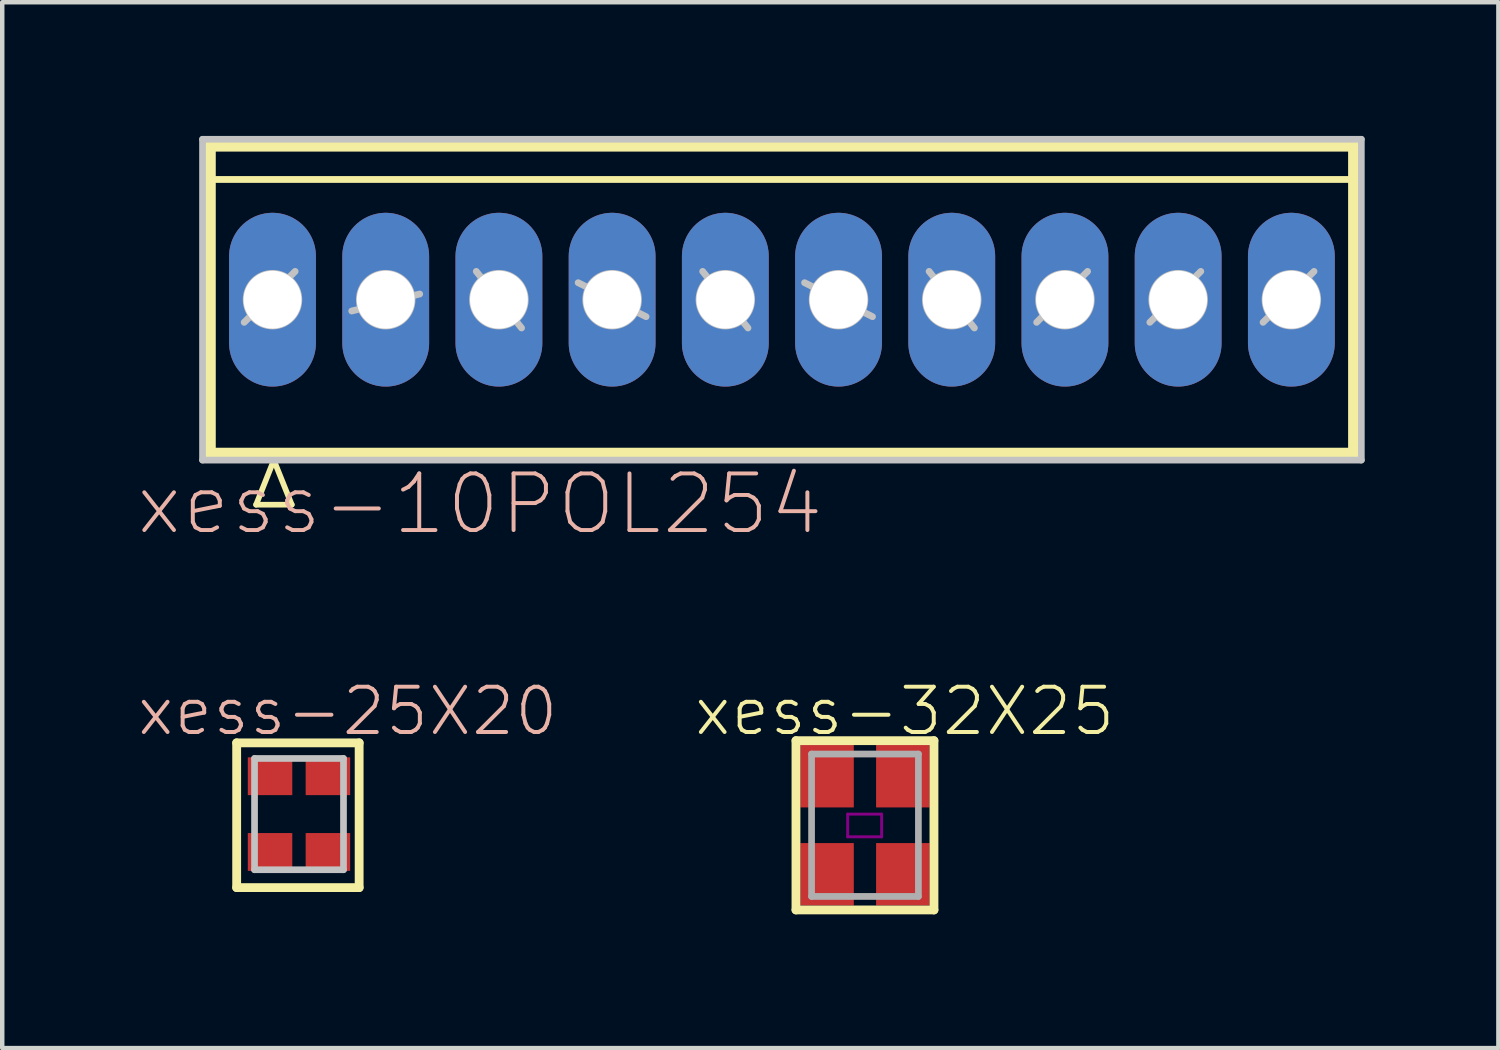
<source format=kicad_pcb>
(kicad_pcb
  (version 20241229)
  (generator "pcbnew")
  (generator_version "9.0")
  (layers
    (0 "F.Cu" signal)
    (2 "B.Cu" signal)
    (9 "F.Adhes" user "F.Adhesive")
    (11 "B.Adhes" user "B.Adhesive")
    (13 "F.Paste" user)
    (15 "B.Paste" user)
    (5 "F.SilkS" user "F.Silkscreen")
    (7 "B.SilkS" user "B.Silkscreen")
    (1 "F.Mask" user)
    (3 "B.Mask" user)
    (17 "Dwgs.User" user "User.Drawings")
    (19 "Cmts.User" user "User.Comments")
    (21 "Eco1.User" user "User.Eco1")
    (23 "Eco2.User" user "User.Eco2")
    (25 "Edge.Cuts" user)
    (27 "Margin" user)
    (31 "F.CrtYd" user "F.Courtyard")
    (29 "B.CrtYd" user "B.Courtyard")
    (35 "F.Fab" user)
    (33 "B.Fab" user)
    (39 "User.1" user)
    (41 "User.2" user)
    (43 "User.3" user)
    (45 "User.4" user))
  (footprint "xess-10POL254"
    (layer "F.Cu")
    (at 14.494 3.674)
    (property "Reference" "xess-10POL254" (at -6.777 4.585 0) (layer "B.SilkS") (effects (font (size 1.27 1.27) (thickness 0.089))))
    (attr exclude_from_pos_files exclude_from_bom)
    (fp_line (start -12.83 -3.449) (end -12.83 3.449) (stroke (width 0.254) (type solid)) (layer "F.SilkS"))
    (fp_line (start -12.83 3.449) (end 12.83 3.449) (stroke (width 0.254) (type solid)) (layer "F.SilkS"))
    (fp_line (start -12.718 -2.697) (end 12.718 -2.697) (stroke (width 0.152) (type solid)) (layer "F.SilkS"))
    (fp_line (start -11.798 4.6) (end -11.4 3.599) (stroke (width 0.127) (type solid)) (layer "F.SilkS"))
    (fp_line (start -11.4 3.599) (end -10.998 4.6) (stroke (width 0.127) (type solid)) (layer "F.SilkS"))
    (fp_line (start -10.998 4.6) (end -11.798 4.6) (stroke (width 0.127) (type solid)) (layer "F.SilkS"))
    (fp_line (start 12.83 -3.449) (end -12.83 -3.449) (stroke (width 0.254) (type solid)) (layer "F.SilkS"))
    (fp_line (start 12.83 3.449) (end 12.83 -3.449) (stroke (width 0.254) (type solid)) (layer "F.SilkS"))
    (fp_line (start -13 -3.599) (end -13 3.599) (stroke (width 0.15) (type solid)) (layer "Dwgs.User"))
    (fp_line (start -13 3.599) (end 13 3.599) (stroke (width 0.15) (type solid)) (layer "Dwgs.User"))
    (fp_line (start -12.065 0.508) (end -10.922 -0.635) (stroke (width 0.152) (type solid)) (layer "Dwgs.User"))
    (fp_line (start -9.652 0.254) (end -8.128 -0.127) (stroke (width 0.152) (type solid)) (layer "Dwgs.User"))
    (fp_line (start -6.858 -0.635) (end -5.842 0.635) (stroke (width 0.152) (type solid)) (layer "Dwgs.User"))
    (fp_line (start -4.572 -0.381) (end -3.048 0.381) (stroke (width 0.152) (type solid)) (layer "Dwgs.User"))
    (fp_line (start -1.778 -0.635) (end -0.762 0.635) (stroke (width 0.152) (type solid)) (layer "Dwgs.User"))
    (fp_line (start 0.508 -0.381) (end 2.032 0.381) (stroke (width 0.152) (type solid)) (layer "Dwgs.User"))
    (fp_line (start 3.302 -0.635) (end 4.318 0.635) (stroke (width 0.152) (type solid)) (layer "Dwgs.User"))
    (fp_line (start 5.715 0.508) (end 6.858 -0.635) (stroke (width 0.152) (type solid)) (layer "Dwgs.User"))
    (fp_line (start 8.255 0.508) (end 9.398 -0.635) (stroke (width 0.152) (type solid)) (layer "Dwgs.User"))
    (fp_line (start 10.795 0.508) (end 11.938 -0.635) (stroke (width 0.152) (type solid)) (layer "Dwgs.User"))
    (fp_line (start 13 -3.599) (end -13 -3.599) (stroke (width 0.15) (type solid)) (layer "Dwgs.User"))
    (fp_line (start 13 3.599) (end 13 -3.599) (stroke (width 0.15) (type solid)) (layer "Dwgs.User"))
    (fp_circle (center -11.43 0) (end -11.874 0.445) (stroke (width 0.076) (type solid)) (fill no) (layer "Dwgs.User"))
    (fp_circle (center -8.89 0) (end -9.335 0.445) (stroke (width 0.076) (type solid)) (fill no) (layer "Dwgs.User"))
    (fp_circle (center -6.35 0) (end -6.795 0.445) (stroke (width 0.076) (type solid)) (fill no) (layer "Dwgs.User"))
    (fp_circle (center -3.81 0) (end -4.255 0.445) (stroke (width 0.076) (type solid)) (fill no) (layer "Dwgs.User"))
    (fp_circle (center -1.27 0) (end -1.714 0.445) (stroke (width 0.076) (type solid)) (fill no) (layer "Dwgs.User"))
    (fp_circle (center 1.27 0) (end 1.714 0.445) (stroke (width 0.076) (type solid)) (fill no) (layer "Dwgs.User"))
    (fp_circle (center 3.81 0) (end 4.255 0.445) (stroke (width 0.076) (type solid)) (fill no) (layer "Dwgs.User"))
    (fp_circle (center 6.35 0) (end 6.795 0.445) (stroke (width 0.076) (type solid)) (fill no) (layer "Dwgs.User"))
    (fp_circle (center 8.89 0) (end 9.335 0.445) (stroke (width 0.076) (type solid)) (fill no) (layer "Dwgs.User"))
    (fp_circle (center 11.43 0) (end 11.874 0.445) (stroke (width 0.076) (type solid)) (fill no) (layer "Dwgs.User"))
    (pad "1" thru_hole oval (at -11.43 0) (size 1.948 3.899) (drill 1.298) (layers "*.Cu" "*.Mask"))
    (pad "2" thru_hole oval (at -8.89 0) (size 1.948 3.899) (drill 1.298) (layers "*.Cu" "*.Mask"))
    (pad "3" thru_hole oval (at -6.35 0) (size 1.948 3.899) (drill 1.298) (layers "*.Cu" "*.Mask"))
    (pad "4" thru_hole oval (at -3.81 0) (size 1.948 3.899) (drill 1.298) (layers "*.Cu" "*.Mask"))
    (pad "5" thru_hole oval (at -1.27 0) (size 1.948 3.899) (drill 1.298) (layers "*.Cu" "*.Mask"))
    (pad "6" thru_hole oval (at 1.27 0) (size 1.948 3.899) (drill 1.298) (layers "*.Cu" "*.Mask"))
    (pad "7" thru_hole oval (at 3.81 0) (size 1.948 3.899) (drill 1.298) (layers "*.Cu" "*.Mask"))
    (pad "8" thru_hole oval (at 6.35 0) (size 1.948 3.899) (drill 1.298) (layers "*.Cu" "*.Mask"))
    (pad "9" thru_hole oval (at 8.89 0) (size 1.948 3.899) (drill 1.298) (layers "*.Cu" "*.Mask"))
    (pad "10" thru_hole oval (at 11.43 0) (size 1.948 3.899) (drill 1.298) (layers "*.Cu" "*.Mask")))
  (footprint "xess-32X25"
    (layer "F.Cu")
    (at 16.357 15.466)
    (property "Reference" "xess-32X25" (at 0.89 -2.558 0) (layer "F.SilkS") (effects (font (size 1.016 1.016) (thickness 0.089))))
    (attr smd)
    (fp_line (start -1.548 -1.898) (end -1.548 1.9) (stroke (width 0.198) (type solid)) (layer "F.SilkS"))
    (fp_line (start -1.548 1.9) (end 1.548 1.9) (stroke (width 0.198) (type solid)) (layer "F.SilkS"))
    (fp_line (start 1.548 -1.898) (end -1.548 -1.898) (stroke (width 0.198) (type solid)) (layer "F.SilkS"))
    (fp_line (start 1.548 1.9) (end 1.548 -1.898) (stroke (width 0.198) (type solid)) (layer "F.SilkS"))
    (fp_line (start -0.388 -0.249) (end 0.374 -0.249) (stroke (width 0.066) (type solid)) (layer "F.Adhes"))
    (fp_line (start -0.388 0.259) (end -0.388 -0.249) (stroke (width 0.066) (type solid)) (layer "F.Adhes"))
    (fp_line (start -0.388 0.259) (end 0.374 0.259) (stroke (width 0.066) (type solid)) (layer "F.Adhes"))
    (fp_line (start 0.374 0.259) (end 0.374 -0.249) (stroke (width 0.066) (type solid)) (layer "F.Adhes"))
    (fp_line (start -1.198 -1.598) (end 1.199 -1.598) (stroke (width 0.15) (type solid)) (layer "F.Fab"))
    (fp_line (start -1.198 1.597) (end -1.198 -1.598) (stroke (width 0.15) (type solid)) (layer "F.Fab"))
    (fp_line (start 1.199 -1.598) (end 1.199 1.597) (stroke (width 0.15) (type solid)) (layer "F.Fab"))
    (fp_line (start 1.199 1.597) (end -1.198 1.597) (stroke (width 0.15) (type solid)) (layer "F.Fab"))
    (pad "1" smd rect (at -0.85 -1.1) (size 1.199 1.4) (layers "F.Cu" "F.Mask" "F.Paste"))
    (pad "2" smd rect (at -0.85 1.1) (size 1.199 1.4) (layers "F.Cu" "F.Mask" "F.Paste"))
    (pad "3" smd rect (at 0.849 1.1) (size 1.199 1.4) (layers "F.Cu" "F.Mask" "F.Paste"))
    (pad "4" smd rect (at 0.849 -1.1) (size 1.199 1.4) (layers "F.Cu" "F.Mask" "F.Paste")))
  (footprint "xess-25X20"
    (layer "F.Cu")
    (at 3.009 14.366)
    (property "Reference" "xess-25X20" (at 1.74 -1.458 0) (layer "B.SilkS") (effects (font (size 1.016 1.016) (thickness 0.089))))
    (attr smd)
    (fp_line (start -0.749 -0.749) (end -0.749 2.499) (stroke (width 0.198) (type solid)) (layer "F.SilkS"))
    (fp_line (start -0.749 2.499) (end 1.999 2.499) (stroke (width 0.198) (type solid)) (layer "F.SilkS"))
    (fp_line (start 1.999 -0.749) (end -0.749 -0.749) (stroke (width 0.198) (type solid)) (layer "F.SilkS"))
    (fp_line (start 1.999 2.499) (end 1.999 -0.749) (stroke (width 0.198) (type solid)) (layer "F.SilkS"))
    (fp_line (start -0.348 -0.399) (end 1.648 -0.399) (stroke (width 0.15) (type solid)) (layer "Dwgs.User"))
    (fp_line (start -0.348 2.098) (end -0.348 -0.399) (stroke (width 0.15) (type solid)) (layer "Dwgs.User"))
    (fp_line (start 1.648 -0.399) (end 1.648 2.098) (stroke (width 0.15) (type solid)) (layer "Dwgs.User"))
    (fp_line (start 1.648 2.098) (end -0.348 2.098) (stroke (width 0.15) (type solid)) (layer "Dwgs.User"))
    (pad "1" smd rect (at 0 0) (size 0.998 0.848) (layers "F.Cu" "F.Mask" "F.Paste"))
    (pad "2" smd rect (at 0 1.699) (size 0.998 0.848) (layers "F.Cu" "F.Mask" "F.Paste"))
    (pad "3" smd rect (at 1.298 1.699) (size 0.998 0.848) (layers "F.Cu" "F.Mask" "F.Paste"))
    (pad "4" smd rect (at 1.298 0) (size 0.998 0.848) (layers "F.Cu" "F.Mask" "F.Paste")))
  (gr_rect
    (start -3 -3)
    (end 30.569 20.465)
    (stroke (width 0.1) (type default))
    (fill no)
    (layer "Edge.Cuts")))
</source>
